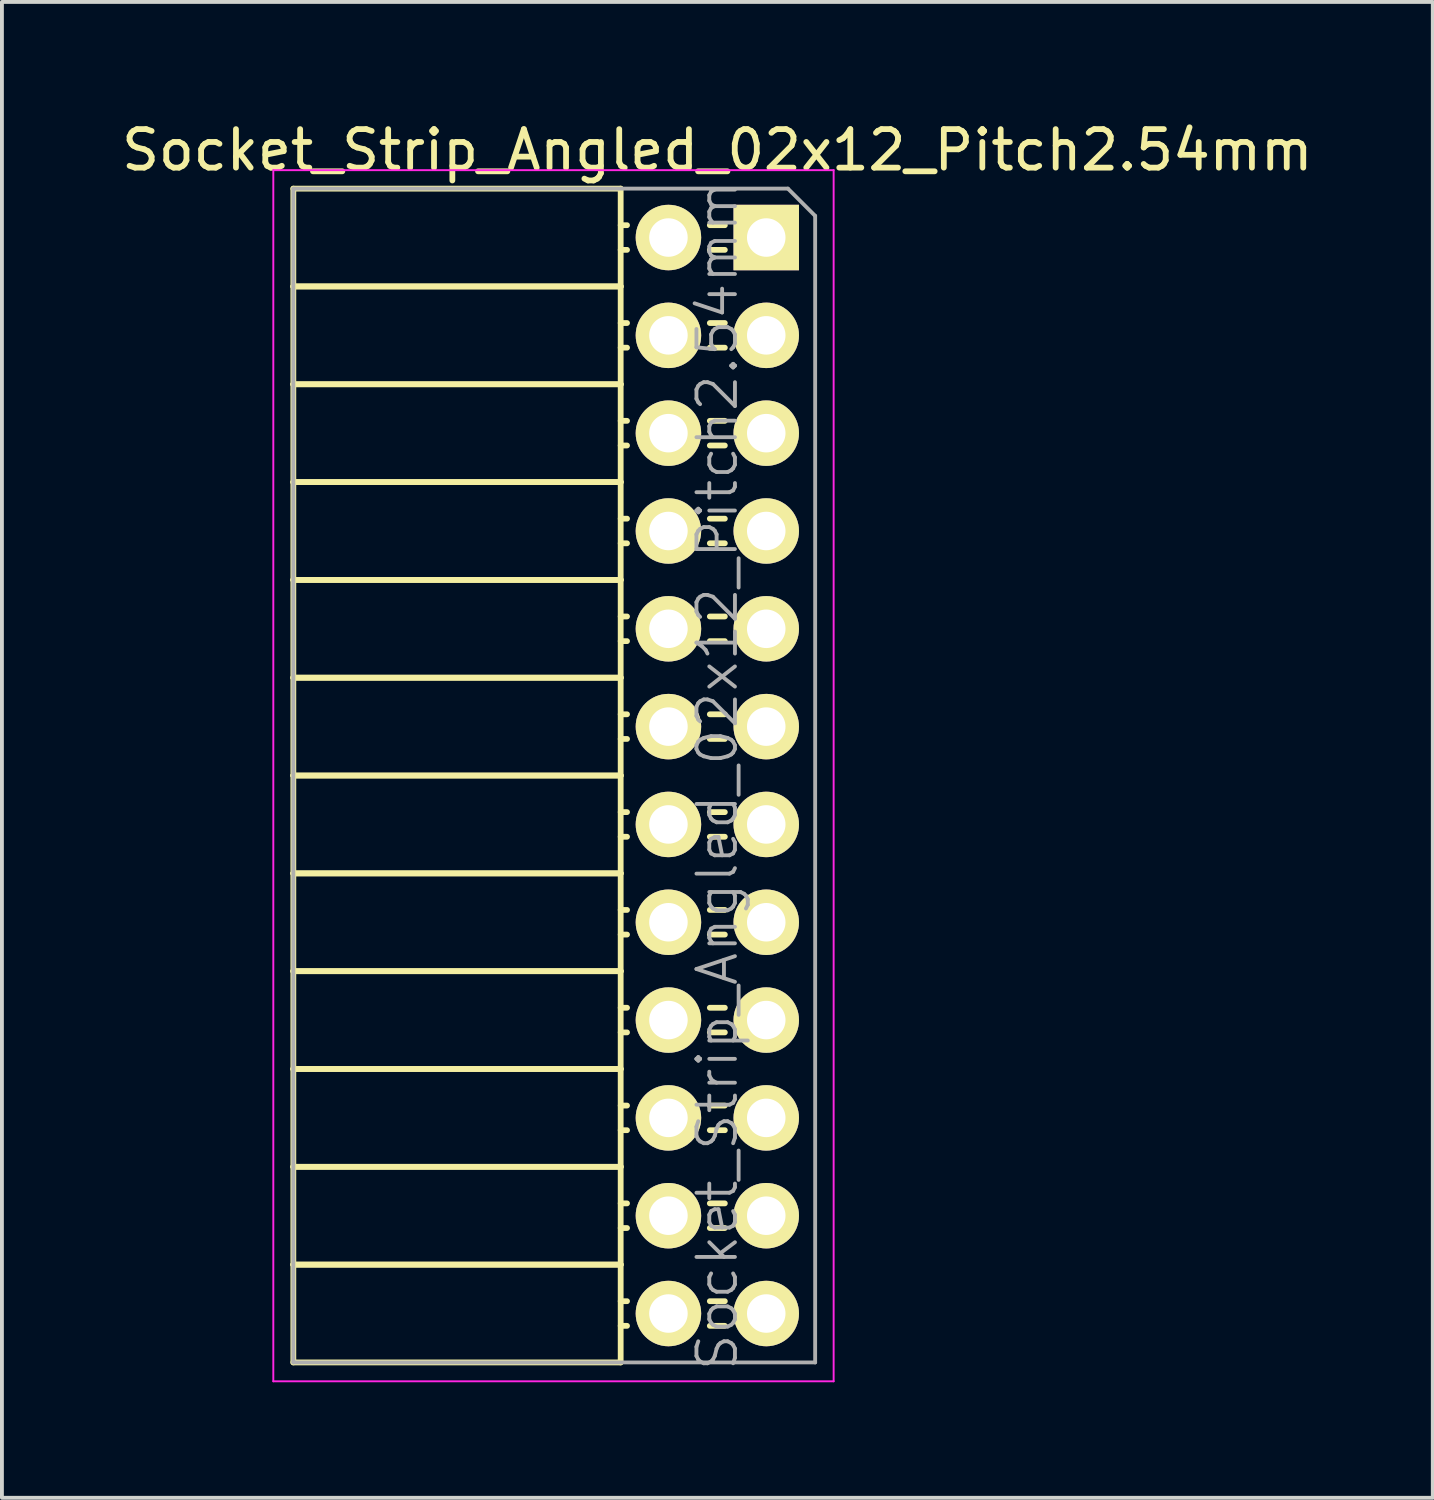
<source format=kicad_pcb>
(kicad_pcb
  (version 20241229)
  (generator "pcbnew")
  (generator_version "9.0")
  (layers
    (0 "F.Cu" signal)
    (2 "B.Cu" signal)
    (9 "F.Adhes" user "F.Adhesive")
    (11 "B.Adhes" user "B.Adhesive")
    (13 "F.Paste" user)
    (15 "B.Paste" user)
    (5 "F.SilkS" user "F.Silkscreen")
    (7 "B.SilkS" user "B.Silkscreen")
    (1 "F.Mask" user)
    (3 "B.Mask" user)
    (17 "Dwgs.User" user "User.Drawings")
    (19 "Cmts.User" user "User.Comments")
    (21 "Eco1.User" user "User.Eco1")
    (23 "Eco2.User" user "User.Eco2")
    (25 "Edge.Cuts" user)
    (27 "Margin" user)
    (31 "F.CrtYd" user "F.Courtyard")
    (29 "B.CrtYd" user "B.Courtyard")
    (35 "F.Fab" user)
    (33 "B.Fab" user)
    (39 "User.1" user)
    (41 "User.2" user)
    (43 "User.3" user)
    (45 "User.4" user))
  (footprint "Socket_Strip_Angled_02x12_Pitch2.54mm"
    (layer "F.Cu")
    (at 16.847 3.118)
    (property "Reference" "Socket_Strip_Angled_02x12_Pitch2.54mm" (at -1.27 -2.27 0) (layer "F.SilkS") (effects (font (size 1 1) (thickness 0.15))))
    (attr smd)
    (fp_line (start -12.28 -1.27) (end -12.28 1.27) (stroke (width 0.15) (type solid)) (layer "F.SilkS"))
    (fp_line (start -12.28 -1.27) (end -3.78 -1.27) (stroke (width 0.15) (type solid)) (layer "F.SilkS"))
    (fp_line (start -12.28 1.27) (end -12.28 3.81) (stroke (width 0.15) (type solid)) (layer "F.SilkS"))
    (fp_line (start -12.28 1.27) (end -3.78 1.27) (stroke (width 0.15) (type solid)) (layer "F.SilkS"))
    (fp_line (start -12.28 1.27) (end -3.78 1.27) (stroke (width 0.15) (type solid)) (layer "F.SilkS"))
    (fp_line (start -12.28 3.81) (end -12.28 6.35) (stroke (width 0.15) (type solid)) (layer "F.SilkS"))
    (fp_line (start -12.28 3.81) (end -3.78 3.81) (stroke (width 0.15) (type solid)) (layer "F.SilkS"))
    (fp_line (start -12.28 3.81) (end -3.78 3.81) (stroke (width 0.15) (type solid)) (layer "F.SilkS"))
    (fp_line (start -12.28 6.35) (end -12.28 8.89) (stroke (width 0.15) (type solid)) (layer "F.SilkS"))
    (fp_line (start -12.28 6.35) (end -3.78 6.35) (stroke (width 0.15) (type solid)) (layer "F.SilkS"))
    (fp_line (start -12.28 6.35) (end -3.78 6.35) (stroke (width 0.15) (type solid)) (layer "F.SilkS"))
    (fp_line (start -12.28 8.89) (end -12.28 11.43) (stroke (width 0.15) (type solid)) (layer "F.SilkS"))
    (fp_line (start -12.28 8.89) (end -3.78 8.89) (stroke (width 0.15) (type solid)) (layer "F.SilkS"))
    (fp_line (start -12.28 8.89) (end -3.78 8.89) (stroke (width 0.15) (type solid)) (layer "F.SilkS"))
    (fp_line (start -12.28 11.43) (end -12.28 13.97) (stroke (width 0.15) (type solid)) (layer "F.SilkS"))
    (fp_line (start -12.28 11.43) (end -3.78 11.43) (stroke (width 0.15) (type solid)) (layer "F.SilkS"))
    (fp_line (start -12.28 11.43) (end -3.78 11.43) (stroke (width 0.15) (type solid)) (layer "F.SilkS"))
    (fp_line (start -12.28 13.97) (end -12.28 16.51) (stroke (width 0.15) (type solid)) (layer "F.SilkS"))
    (fp_line (start -12.28 13.97) (end -3.78 13.97) (stroke (width 0.15) (type solid)) (layer "F.SilkS"))
    (fp_line (start -12.28 13.97) (end -3.78 13.97) (stroke (width 0.15) (type solid)) (layer "F.SilkS"))
    (fp_line (start -12.28 16.51) (end -12.28 19.05) (stroke (width 0.15) (type solid)) (layer "F.SilkS"))
    (fp_line (start -12.28 16.51) (end -3.78 16.51) (stroke (width 0.15) (type solid)) (layer "F.SilkS"))
    (fp_line (start -12.28 16.51) (end -3.78 16.51) (stroke (width 0.15) (type solid)) (layer "F.SilkS"))
    (fp_line (start -12.28 19.05) (end -12.28 21.59) (stroke (width 0.15) (type solid)) (layer "F.SilkS"))
    (fp_line (start -12.28 19.05) (end -3.78 19.05) (stroke (width 0.15) (type solid)) (layer "F.SilkS"))
    (fp_line (start -12.28 19.05) (end -3.78 19.05) (stroke (width 0.15) (type solid)) (layer "F.SilkS"))
    (fp_line (start -12.28 21.59) (end -12.28 24.13) (stroke (width 0.15) (type solid)) (layer "F.SilkS"))
    (fp_line (start -12.28 21.59) (end -3.78 21.59) (stroke (width 0.15) (type solid)) (layer "F.SilkS"))
    (fp_line (start -12.28 21.59) (end -3.78 21.59) (stroke (width 0.15) (type solid)) (layer "F.SilkS"))
    (fp_line (start -12.28 24.13) (end -12.28 26.67) (stroke (width 0.15) (type solid)) (layer "F.SilkS"))
    (fp_line (start -12.28 24.13) (end -3.78 24.13) (stroke (width 0.15) (type solid)) (layer "F.SilkS"))
    (fp_line (start -12.28 24.13) (end -3.78 24.13) (stroke (width 0.15) (type solid)) (layer "F.SilkS"))
    (fp_line (start -12.28 26.67) (end -12.28 29.21) (stroke (width 0.15) (type solid)) (layer "F.SilkS"))
    (fp_line (start -12.28 26.67) (end -3.78 26.67) (stroke (width 0.15) (type solid)) (layer "F.SilkS"))
    (fp_line (start -12.28 26.67) (end -3.78 26.67) (stroke (width 0.15) (type solid)) (layer "F.SilkS"))
    (fp_line (start -12.28 29.21) (end -3.78 29.21) (stroke (width 0.15) (type solid)) (layer "F.SilkS"))
    (fp_line (start -3.78 -1.27) (end -3.78 1.27) (stroke (width 0.15) (type solid)) (layer "F.SilkS"))
    (fp_line (start -3.78 -0.32) (end -3.615 -0.32) (stroke (width 0.15) (type solid)) (layer "F.SilkS"))
    (fp_line (start -3.78 0.32) (end -3.615 0.32) (stroke (width 0.15) (type solid)) (layer "F.SilkS"))
    (fp_line (start -3.78 1.27) (end -3.78 3.81) (stroke (width 0.15) (type solid)) (layer "F.SilkS"))
    (fp_line (start -3.78 2.22) (end -3.615 2.22) (stroke (width 0.15) (type solid)) (layer "F.SilkS"))
    (fp_line (start -3.78 2.86) (end -3.615 2.86) (stroke (width 0.15) (type solid)) (layer "F.SilkS"))
    (fp_line (start -3.78 3.81) (end -3.78 6.35) (stroke (width 0.15) (type solid)) (layer "F.SilkS"))
    (fp_line (start -3.78 4.76) (end -3.615 4.76) (stroke (width 0.15) (type solid)) (layer "F.SilkS"))
    (fp_line (start -3.78 5.4) (end -3.615 5.4) (stroke (width 0.15) (type solid)) (layer "F.SilkS"))
    (fp_line (start -3.78 6.35) (end -3.78 8.89) (stroke (width 0.15) (type solid)) (layer "F.SilkS"))
    (fp_line (start -3.78 7.3) (end -3.615 7.3) (stroke (width 0.15) (type solid)) (layer "F.SilkS"))
    (fp_line (start -3.78 7.94) (end -3.615 7.94) (stroke (width 0.15) (type solid)) (layer "F.SilkS"))
    (fp_line (start -3.78 8.89) (end -3.78 11.43) (stroke (width 0.15) (type solid)) (layer "F.SilkS"))
    (fp_line (start -3.78 9.84) (end -3.615 9.84) (stroke (width 0.15) (type solid)) (layer "F.SilkS"))
    (fp_line (start -3.78 10.48) (end -3.615 10.48) (stroke (width 0.15) (type solid)) (layer "F.SilkS"))
    (fp_line (start -3.78 11.43) (end -3.78 13.97) (stroke (width 0.15) (type solid)) (layer "F.SilkS"))
    (fp_line (start -3.78 12.38) (end -3.615 12.38) (stroke (width 0.15) (type solid)) (layer "F.SilkS"))
    (fp_line (start -3.78 13.02) (end -3.615 13.02) (stroke (width 0.15) (type solid)) (layer "F.SilkS"))
    (fp_line (start -3.78 13.97) (end -3.78 16.51) (stroke (width 0.15) (type solid)) (layer "F.SilkS"))
    (fp_line (start -3.78 14.92) (end -3.615 14.92) (stroke (width 0.15) (type solid)) (layer "F.SilkS"))
    (fp_line (start -3.78 15.56) (end -3.615 15.56) (stroke (width 0.15) (type solid)) (layer "F.SilkS"))
    (fp_line (start -3.78 16.51) (end -3.78 19.05) (stroke (width 0.15) (type solid)) (layer "F.SilkS"))
    (fp_line (start -3.78 17.46) (end -3.615 17.46) (stroke (width 0.15) (type solid)) (layer "F.SilkS"))
    (fp_line (start -3.78 18.1) (end -3.615 18.1) (stroke (width 0.15) (type solid)) (layer "F.SilkS"))
    (fp_line (start -3.78 19.05) (end -3.78 21.59) (stroke (width 0.15) (type solid)) (layer "F.SilkS"))
    (fp_line (start -3.78 20) (end -3.615 20) (stroke (width 0.15) (type solid)) (layer "F.SilkS"))
    (fp_line (start -3.78 20.64) (end -3.615 20.64) (stroke (width 0.15) (type solid)) (layer "F.SilkS"))
    (fp_line (start -3.78 21.59) (end -3.78 24.13) (stroke (width 0.15) (type solid)) (layer "F.SilkS"))
    (fp_line (start -3.78 22.54) (end -3.615 22.54) (stroke (width 0.15) (type solid)) (layer "F.SilkS"))
    (fp_line (start -3.78 23.18) (end -3.615 23.18) (stroke (width 0.15) (type solid)) (layer "F.SilkS"))
    (fp_line (start -3.78 24.13) (end -3.78 26.67) (stroke (width 0.15) (type solid)) (layer "F.SilkS"))
    (fp_line (start -3.78 25.08) (end -3.615 25.08) (stroke (width 0.15) (type solid)) (layer "F.SilkS"))
    (fp_line (start -3.78 25.72) (end -3.615 25.72) (stroke (width 0.15) (type solid)) (layer "F.SilkS"))
    (fp_line (start -3.78 26.67) (end -3.78 29.21) (stroke (width 0.15) (type solid)) (layer "F.SilkS"))
    (fp_line (start -3.78 27.62) (end -3.615 27.62) (stroke (width 0.15) (type solid)) (layer "F.SilkS"))
    (fp_line (start -3.78 28.26) (end -3.615 28.26) (stroke (width 0.15) (type solid)) (layer "F.SilkS"))
    (fp_line (start -1.075 -0.32) (end -1.465 -0.32) (stroke (width 0.15) (type solid)) (layer "F.SilkS"))
    (fp_line (start -1.075 0.32) (end -1.465 0.32) (stroke (width 0.15) (type solid)) (layer "F.SilkS"))
    (fp_line (start -1.075 2.22) (end -1.465 2.22) (stroke (width 0.15) (type solid)) (layer "F.SilkS"))
    (fp_line (start -1.075 2.86) (end -1.465 2.86) (stroke (width 0.15) (type solid)) (layer "F.SilkS"))
    (fp_line (start -1.075 4.76) (end -1.465 4.76) (stroke (width 0.15) (type solid)) (layer "F.SilkS"))
    (fp_line (start -1.075 5.4) (end -1.465 5.4) (stroke (width 0.15) (type solid)) (layer "F.SilkS"))
    (fp_line (start -1.075 7.3) (end -1.465 7.3) (stroke (width 0.15) (type solid)) (layer "F.SilkS"))
    (fp_line (start -1.075 7.94) (end -1.465 7.94) (stroke (width 0.15) (type solid)) (layer "F.SilkS"))
    (fp_line (start -1.075 9.84) (end -1.465 9.84) (stroke (width 0.15) (type solid)) (layer "F.SilkS"))
    (fp_line (start -1.075 10.48) (end -1.465 10.48) (stroke (width 0.15) (type solid)) (layer "F.SilkS"))
    (fp_line (start -1.075 12.38) (end -1.465 12.38) (stroke (width 0.15) (type solid)) (layer "F.SilkS"))
    (fp_line (start -1.075 13.02) (end -1.465 13.02) (stroke (width 0.15) (type solid)) (layer "F.SilkS"))
    (fp_line (start -1.075 14.92) (end -1.465 14.92) (stroke (width 0.15) (type solid)) (layer "F.SilkS"))
    (fp_line (start -1.075 15.56) (end -1.465 15.56) (stroke (width 0.15) (type solid)) (layer "F.SilkS"))
    (fp_line (start -1.075 17.46) (end -1.465 17.46) (stroke (width 0.15) (type solid)) (layer "F.SilkS"))
    (fp_line (start -1.075 18.1) (end -1.465 18.1) (stroke (width 0.15) (type solid)) (layer "F.SilkS"))
    (fp_line (start -1.075 20) (end -1.465 20) (stroke (width 0.15) (type solid)) (layer "F.SilkS"))
    (fp_line (start -1.075 20.64) (end -1.465 20.64) (stroke (width 0.15) (type solid)) (layer "F.SilkS"))
    (fp_line (start -1.075 22.54) (end -1.465 22.54) (stroke (width 0.15) (type solid)) (layer "F.SilkS"))
    (fp_line (start -1.075 23.18) (end -1.465 23.18) (stroke (width 0.15) (type solid)) (layer "F.SilkS"))
    (fp_line (start -1.075 25.08) (end -1.465 25.08) (stroke (width 0.15) (type solid)) (layer "F.SilkS"))
    (fp_line (start -1.075 25.72) (end -1.465 25.72) (stroke (width 0.15) (type solid)) (layer "F.SilkS"))
    (fp_line (start -1.075 27.62) (end -1.465 27.62) (stroke (width 0.15) (type solid)) (layer "F.SilkS"))
    (fp_line (start -1.075 28.26) (end -1.465 28.26) (stroke (width 0.15) (type solid)) (layer "F.SilkS"))
    (fp_line (start -12.8 -1.75) (end 1.75 -1.75) (stroke (width 0.05) (type solid)) (layer "F.CrtYd"))
    (fp_line (start -12.8 29.7) (end -12.8 -1.75) (stroke (width 0.05) (type solid)) (layer "F.CrtYd"))
    (fp_line (start -12.8 29.7) (end 1.75 29.7) (stroke (width 0.05) (type solid)) (layer "F.CrtYd"))
    (fp_line (start 1.75 29.7) (end 1.75 -1.75) (stroke (width 0.05) (type solid)) (layer "F.CrtYd"))
    (fp_line (start -12.28 -1.27) (end 0.563 -1.27) (stroke (width 0.1) (type solid)) (layer "F.Fab"))
    (fp_line (start -12.28 29.21) (end -12.28 -1.27) (stroke (width 0.1) (type solid)) (layer "F.Fab"))
    (fp_line (start -12.28 29.21) (end 1.27 29.21) (stroke (width 0.1) (type solid)) (layer "F.Fab"))
    (fp_line (start 1.27 -0.563) (end 0.563 -1.27) (stroke (width 0.1) (type solid)) (layer "F.Fab"))
    (fp_line (start 1.27 29.21) (end 1.27 -0.563) (stroke (width 0.1) (type solid)) (layer "F.Fab"))
    (fp_text user "${REFERENCE}" (at -1.27 13.97 90) (layer "F.Fab") (effects (font (size 1 1) (thickness 0.1))))
    (pad "1" thru_hole rect (at 0 0) (size 1.7 1.7) (drill 1) (layers "*.Cu" "*.Mask" "F.SilkS"))
    (pad "2" thru_hole oval (at -2.54 0) (size 1.7 1.7) (drill 1) (layers "*.Cu" "*.Mask" "F.SilkS"))
    (pad "3" thru_hole oval (at 0 2.54) (size 1.7 1.7) (drill 1) (layers "*.Cu" "*.Mask" "F.SilkS"))
    (pad "4" thru_hole oval (at -2.54 2.54) (size 1.7 1.7) (drill 1) (layers "*.Cu" "*.Mask" "F.SilkS"))
    (pad "5" thru_hole oval (at 0 5.08) (size 1.7 1.7) (drill 1) (layers "*.Cu" "*.Mask" "F.SilkS"))
    (pad "6" thru_hole oval (at -2.54 5.08) (size 1.7 1.7) (drill 1) (layers "*.Cu" "*.Mask" "F.SilkS"))
    (pad "7" thru_hole oval (at 0 7.62) (size 1.7 1.7) (drill 1) (layers "*.Cu" "*.Mask" "F.SilkS"))
    (pad "8" thru_hole oval (at -2.54 7.62) (size 1.7 1.7) (drill 1) (layers "*.Cu" "*.Mask" "F.SilkS"))
    (pad "9" thru_hole oval (at 0 10.16) (size 1.7 1.7) (drill 1) (layers "*.Cu" "*.Mask" "F.SilkS"))
    (pad "10" thru_hole oval (at -2.54 10.16) (size 1.7 1.7) (drill 1) (layers "*.Cu" "*.Mask" "F.SilkS"))
    (pad "11" thru_hole oval (at 0 12.7) (size 1.7 1.7) (drill 1) (layers "*.Cu" "*.Mask" "F.SilkS"))
    (pad "12" thru_hole oval (at -2.54 12.7) (size 1.7 1.7) (drill 1) (layers "*.Cu" "*.Mask" "F.SilkS"))
    (pad "13" thru_hole oval (at 0 15.24) (size 1.7 1.7) (drill 1) (layers "*.Cu" "*.Mask" "F.SilkS"))
    (pad "14" thru_hole oval (at -2.54 15.24) (size 1.7 1.7) (drill 1) (layers "*.Cu" "*.Mask" "F.SilkS"))
    (pad "15" thru_hole oval (at 0 17.78) (size 1.7 1.7) (drill 1) (layers "*.Cu" "*.Mask" "F.SilkS"))
    (pad "16" thru_hole oval (at -2.54 17.78) (size 1.7 1.7) (drill 1) (layers "*.Cu" "*.Mask" "F.SilkS"))
    (pad "17" thru_hole oval (at 0 20.32) (size 1.7 1.7) (drill 1) (layers "*.Cu" "*.Mask" "F.SilkS"))
    (pad "18" thru_hole oval (at -2.54 20.32) (size 1.7 1.7) (drill 1) (layers "*.Cu" "*.Mask" "F.SilkS"))
    (pad "19" thru_hole oval (at 0 22.86) (size 1.7 1.7) (drill 1) (layers "*.Cu" "*.Mask" "F.SilkS"))
    (pad "20" thru_hole oval (at -2.54 22.86) (size 1.7 1.7) (drill 1) (layers "*.Cu" "*.Mask" "F.SilkS"))
    (pad "21" thru_hole oval (at 0 25.4) (size 1.7 1.7) (drill 1) (layers "*.Cu" "*.Mask" "F.SilkS"))
    (pad "22" thru_hole oval (at -2.54 25.4) (size 1.7 1.7) (drill 1) (layers "*.Cu" "*.Mask" "F.SilkS"))
    (pad "23" thru_hole oval (at 0 27.94) (size 1.7 1.7) (drill 1) (layers "*.Cu" "*.Mask" "F.SilkS"))
    (pad "24" thru_hole oval (at -2.54 27.94) (size 1.7 1.7) (drill 1) (layers "*.Cu" "*.Mask" "F.SilkS")))
  (gr_rect
    (start -3 -3)
    (end 34.155 35.843)
    (stroke (width 0.1) (type default))
    (fill no)
    (layer "Edge.Cuts")))
</source>
